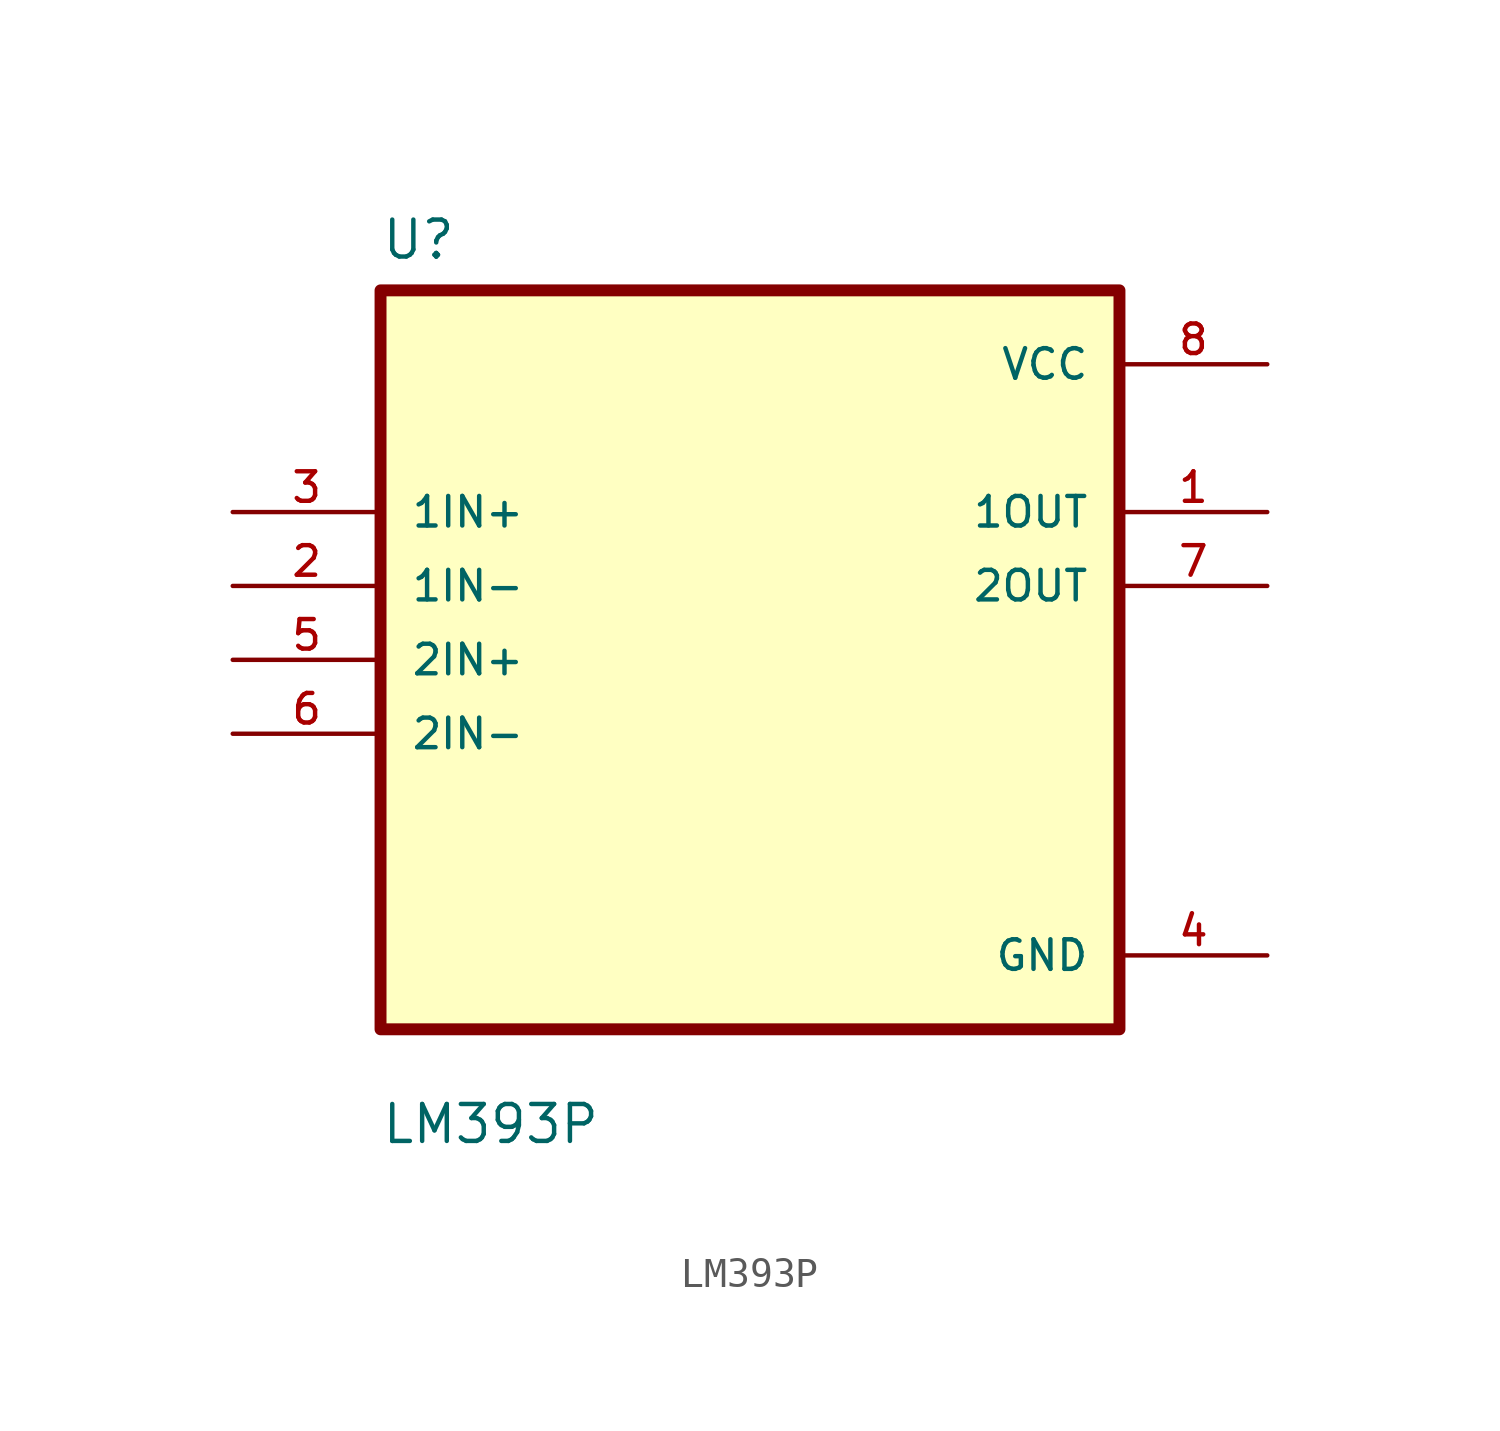
<source format=kicad_sym>
(kicad_symbol_lib
  (version 20211014)
  (generator kicad_symbol_editor)
  (symbol "LM393P"
    (pin_names
      (offset 1.016))
    (property "Reference" "U"
      (at -12.7 13.7 0.0)
      (effects (font (size 1.27 1.27)) (justify bottom left)))
    (property "Value" "LM393P"
      (at -12.7 -16.7 0.0)
      (effects (font (size 1.27 1.27)) (justify bottom left)))
    (symbol "LM393P_0_0"
      (rectangle (start -12.7 -12.7) (end 12.7 12.7) (stroke (width 0.41)) (fill (type background)))
      (pin input line (at -17.78 5.08 0) (length 5.08) (name "1IN+" (effects (font (size 1.016 1.016)))) (number "3" (effects (font (size 1.016 1.016)))))
      (pin input line (at -17.78 2.54 0) (length 5.08) (name "1IN-" (effects (font (size 1.016 1.016)))) (number "2" (effects (font (size 1.016 1.016)))))
      (pin input line (at -17.78 -8.88178e-16 0) (length 5.08) (name "2IN+" (effects (font (size 1.016 1.016)))) (number "5" (effects (font (size 1.016 1.016)))))
      (pin input line (at -17.78 -2.54 0) (length 5.08) (name "2IN-" (effects (font (size 1.016 1.016)))) (number "6" (effects (font (size 1.016 1.016)))))
      (pin power_in line (at 17.78 10.16 180.0) (length 5.08) (name "VCC" (effects (font (size 1.016 1.016)))) (number "8" (effects (font (size 1.016 1.016)))))
      (pin output line (at 17.78 5.08 180.0) (length 5.08) (name "1OUT" (effects (font (size 1.016 1.016)))) (number "1" (effects (font (size 1.016 1.016)))))
      (pin output line (at 17.78 2.54 180.0) (length 5.08) (name "2OUT" (effects (font (size 1.016 1.016)))) (number "7" (effects (font (size 1.016 1.016)))))
      (pin power_in line (at 17.78 -10.16 180.0) (length 5.08) (name "GND" (effects (font (size 1.016 1.016)))) (number "4" (effects (font (size 1.016 1.016))))))))
</source>
